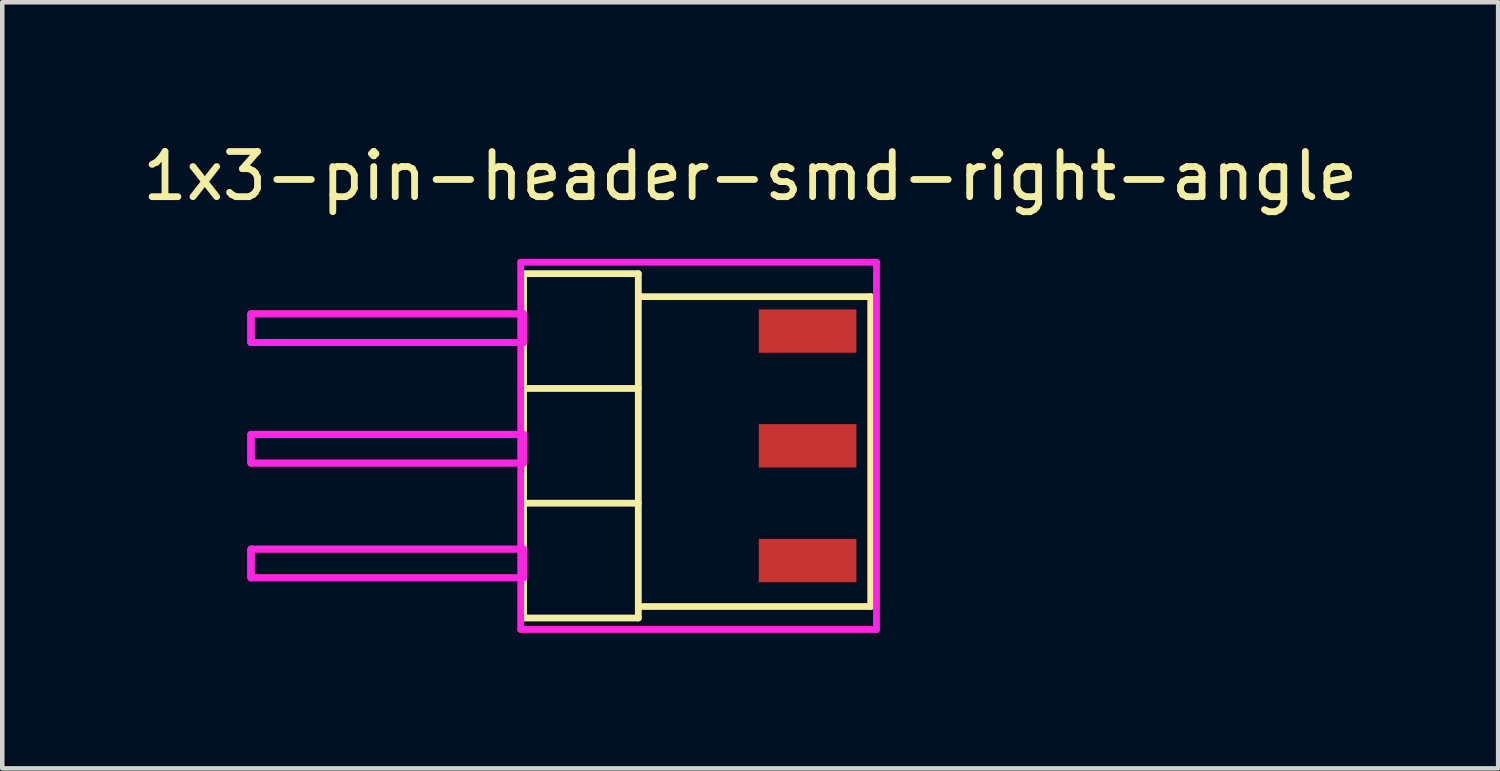
<source format=kicad_pcb>
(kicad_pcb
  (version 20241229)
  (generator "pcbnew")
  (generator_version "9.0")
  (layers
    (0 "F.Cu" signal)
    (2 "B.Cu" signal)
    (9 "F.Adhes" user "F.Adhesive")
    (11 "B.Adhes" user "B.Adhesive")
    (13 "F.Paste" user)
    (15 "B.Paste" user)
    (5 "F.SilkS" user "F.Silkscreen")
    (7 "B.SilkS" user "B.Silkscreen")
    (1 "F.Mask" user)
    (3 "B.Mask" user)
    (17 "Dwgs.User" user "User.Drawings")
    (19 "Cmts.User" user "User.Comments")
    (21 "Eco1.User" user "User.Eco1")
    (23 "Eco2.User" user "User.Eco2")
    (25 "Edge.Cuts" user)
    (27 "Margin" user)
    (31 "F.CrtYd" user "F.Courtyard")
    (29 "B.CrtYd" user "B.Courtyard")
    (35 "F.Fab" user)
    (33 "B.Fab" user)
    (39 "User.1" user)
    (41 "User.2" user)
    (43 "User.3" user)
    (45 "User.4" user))
  (footprint "1x3-pin-header-smd-right-angle"
    (layer "F.Cu")
    (at 14.824 6.817)
    (property "Reference" "1x3-pin-header-smd-right-angle" (at -1.27 -5.969 0) (layer "F.SilkS") (effects (font (size 1 1) (thickness 0.15))))
    (attr through_hole)
    (fp_line (start -6.287 -1.27) (end -3.747 -1.27) (stroke (width 0.15) (type solid)) (layer "F.SilkS"))
    (fp_line (start -6.287 1.27) (end -3.747 1.27) (stroke (width 0.15) (type solid)) (layer "F.SilkS"))
    (fp_line (start -6.287 3.81) (end -6.287 -3.81) (stroke (width 0.15) (type solid)) (layer "F.SilkS"))
    (fp_line (start -3.747 -3.81) (end -6.287 -3.81) (stroke (width 0.15) (type solid)) (layer "F.SilkS"))
    (fp_line (start -3.747 -3.81) (end -3.747 3.81) (stroke (width 0.15) (type solid)) (layer "F.SilkS"))
    (fp_line (start -3.747 -3.302) (end 1.397 -3.302) (stroke (width 0.15) (type solid)) (layer "F.SilkS"))
    (fp_line (start -3.747 3.556) (end 1.397 3.556) (stroke (width 0.15) (type solid)) (layer "F.SilkS"))
    (fp_line (start -3.747 3.81) (end -6.287 3.81) (stroke (width 0.15) (type solid)) (layer "F.SilkS"))
    (fp_line (start 1.397 -3.302) (end 1.397 3.556) (stroke (width 0.15) (type solid)) (layer "F.SilkS"))
    (fp_line (start -12.319 -2.921) (end -12.319 -2.286) (stroke (width 0.15) (type solid)) (layer "F.CrtYd"))
    (fp_line (start -12.319 -2.921) (end -12.319 -2.286) (stroke (width 0.15) (type solid)) (layer "F.CrtYd"))
    (fp_line (start -12.319 -2.921) (end -12.319 -2.286) (stroke (width 0.15) (type solid)) (layer "F.CrtYd"))
    (fp_line (start -12.319 -2.921) (end -12.319 -2.286) (stroke (width 0.15) (type solid)) (layer "F.CrtYd"))
    (fp_line (start -12.319 -2.286) (end -6.287 -2.286) (stroke (width 0.15) (type solid)) (layer "F.CrtYd"))
    (fp_line (start -12.319 -2.286) (end -6.287 -2.286) (stroke (width 0.15) (type solid)) (layer "F.CrtYd"))
    (fp_line (start -12.319 -0.254) (end -12.319 0.381) (stroke (width 0.15) (type solid)) (layer "F.CrtYd"))
    (fp_line (start -12.319 -0.254) (end -12.319 0.381) (stroke (width 0.15) (type solid)) (layer "F.CrtYd"))
    (fp_line (start -12.319 -0.254) (end -12.319 0.381) (stroke (width 0.15) (type solid)) (layer "F.CrtYd"))
    (fp_line (start -12.319 -0.254) (end -12.319 0.381) (stroke (width 0.15) (type solid)) (layer "F.CrtYd"))
    (fp_line (start -12.319 0.381) (end -6.287 0.381) (stroke (width 0.15) (type solid)) (layer "F.CrtYd"))
    (fp_line (start -12.319 0.381) (end -6.287 0.381) (stroke (width 0.15) (type solid)) (layer "F.CrtYd"))
    (fp_line (start -12.319 2.286) (end -12.319 2.921) (stroke (width 0.15) (type solid)) (layer "F.CrtYd"))
    (fp_line (start -12.319 2.286) (end -12.319 2.921) (stroke (width 0.15) (type solid)) (layer "F.CrtYd"))
    (fp_line (start -12.319 2.286) (end -12.319 2.921) (stroke (width 0.15) (type solid)) (layer "F.CrtYd"))
    (fp_line (start -12.319 2.286) (end -12.319 2.921) (stroke (width 0.15) (type solid)) (layer "F.CrtYd"))
    (fp_line (start -12.319 2.921) (end -6.287 2.921) (stroke (width 0.15) (type solid)) (layer "F.CrtYd"))
    (fp_line (start -12.319 2.921) (end -6.287 2.921) (stroke (width 0.15) (type solid)) (layer "F.CrtYd"))
    (fp_line (start -6.35 -4.064) (end 1.524 -4.064) (stroke (width 0.15) (type solid)) (layer "F.CrtYd"))
    (fp_line (start -6.35 4.064) (end -6.35 -4.064) (stroke (width 0.15) (type solid)) (layer "F.CrtYd"))
    (fp_line (start -6.287 -2.921) (end -12.319 -2.921) (stroke (width 0.15) (type solid)) (layer "F.CrtYd"))
    (fp_line (start -6.287 -2.921) (end -12.319 -2.921) (stroke (width 0.15) (type solid)) (layer "F.CrtYd"))
    (fp_line (start -6.287 -2.286) (end -6.287 -2.921) (stroke (width 0.15) (type solid)) (layer "F.CrtYd"))
    (fp_line (start -6.287 -2.286) (end -6.287 -2.921) (stroke (width 0.15) (type solid)) (layer "F.CrtYd"))
    (fp_line (start -6.287 -0.254) (end -12.319 -0.254) (stroke (width 0.15) (type solid)) (layer "F.CrtYd"))
    (fp_line (start -6.287 -0.254) (end -12.319 -0.254) (stroke (width 0.15) (type solid)) (layer "F.CrtYd"))
    (fp_line (start -6.287 0.381) (end -6.287 -0.254) (stroke (width 0.15) (type solid)) (layer "F.CrtYd"))
    (fp_line (start -6.287 0.381) (end -6.287 -0.254) (stroke (width 0.15) (type solid)) (layer "F.CrtYd"))
    (fp_line (start -6.287 2.286) (end -12.319 2.286) (stroke (width 0.15) (type solid)) (layer "F.CrtYd"))
    (fp_line (start -6.287 2.286) (end -12.319 2.286) (stroke (width 0.15) (type solid)) (layer "F.CrtYd"))
    (fp_line (start -6.287 2.921) (end -6.287 2.286) (stroke (width 0.15) (type solid)) (layer "F.CrtYd"))
    (fp_line (start -6.287 2.921) (end -6.287 2.286) (stroke (width 0.15) (type solid)) (layer "F.CrtYd"))
    (fp_line (start 1.524 -4.064) (end 1.524 4.064) (stroke (width 0.15) (type solid)) (layer "F.CrtYd"))
    (fp_line (start 1.524 4.064) (end -6.35 4.064) (stroke (width 0.15) (type solid)) (layer "F.CrtYd"))
    (pad "1" smd rect (at 0 2.54) (size 2.16 0.96) (layers "F.Cu" "F.Mask" "F.Paste"))
    (pad "2" smd rect (at 0 0) (size 2.16 0.96) (layers "F.Cu" "F.Mask" "F.Paste"))
    (pad "3" smd rect (at 0 -2.54) (size 2.16 0.96) (layers "F.Cu" "F.Mask" "F.Paste")))
  (gr_rect
    (start -3 -3)
    (end 30.107 13.956)
    (stroke (width 0.1) (type default))
    (fill no)
    (layer "Edge.Cuts")))
</source>
